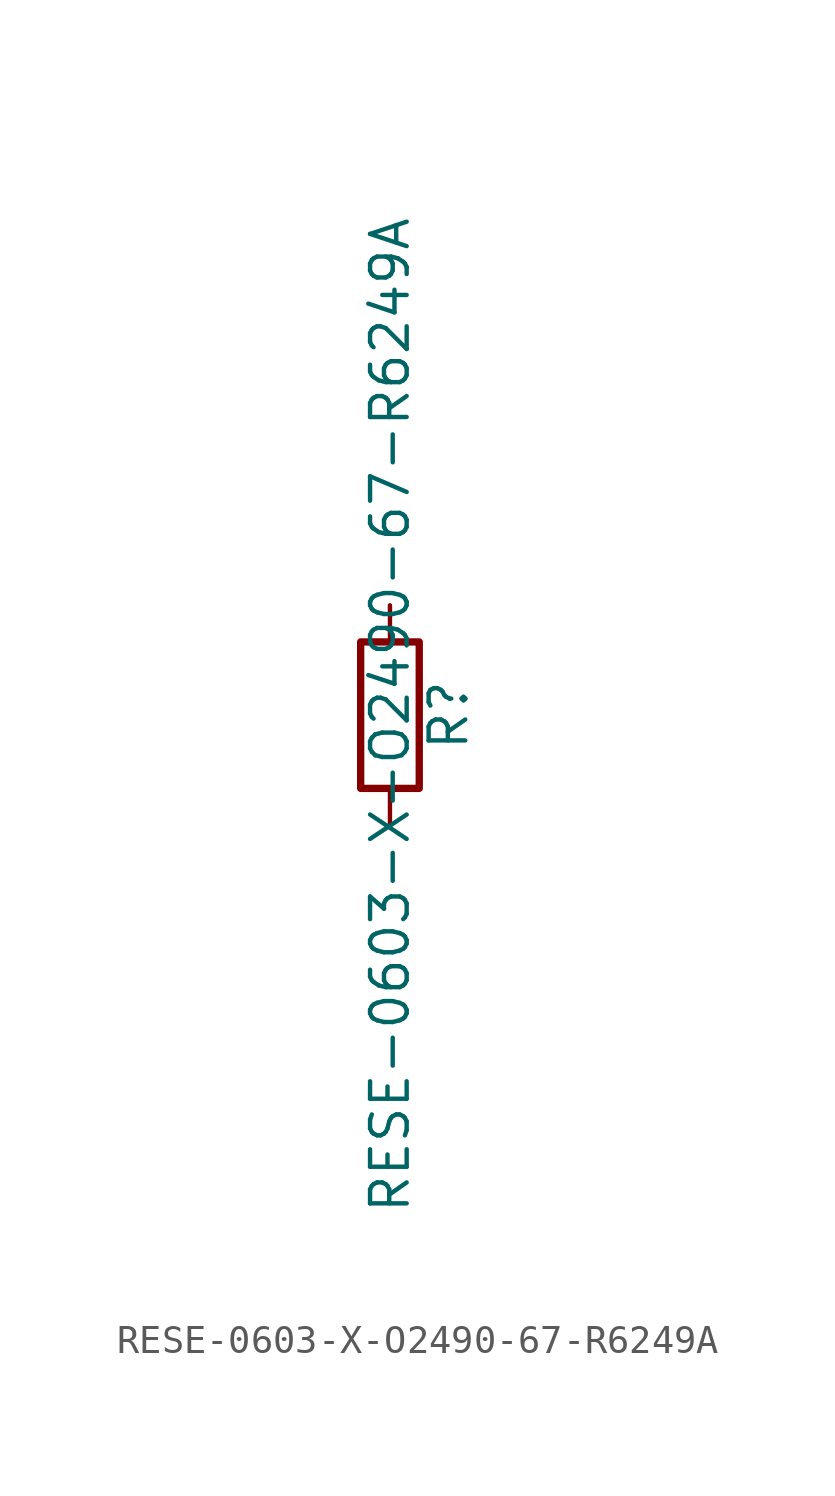
<source format=kicad_sym>
(kicad_symbol_lib
  (version 20211014)
  (generator kicad_symbol_editor)
  (symbol "RESE-0603-X-O2490-67-R6249A"
    (pin_numbers hide)
    (pin_names
      (offset 0))
    (property "Reference" "R"
      (at 2.032 0 90)
      (effects (font (size 1.27 1.27))))
    (property "Value" "RESE-0603-X-O2490-67-R6249A"
      (at 0 0 90)
      (effects (font (size 1.27 1.27))))
    (symbol "RESE-0603-X-O2490-67-R6249A_0_1"
      (rectangle (start -1.016 -2.54) (end 1.016 2.54) (stroke (width 0.254) (type default) (color 0 0 0 0)) (fill (type none))))
    (symbol "RESE-0603-X-O2490-67-R6249A_1_1"
      (pin passive line (at 0 3.81 270) (length 1.27) (name "~" (effects (font (size 1.27 1.27)))) (number "1" (effects (font (size 1.27 1.27)))))
      (pin passive line (at 0 -3.81 90) (length 1.27) (name "~" (effects (font (size 1.27 1.27)))) (number "2" (effects (font (size 1.27 1.27))))))))
</source>
